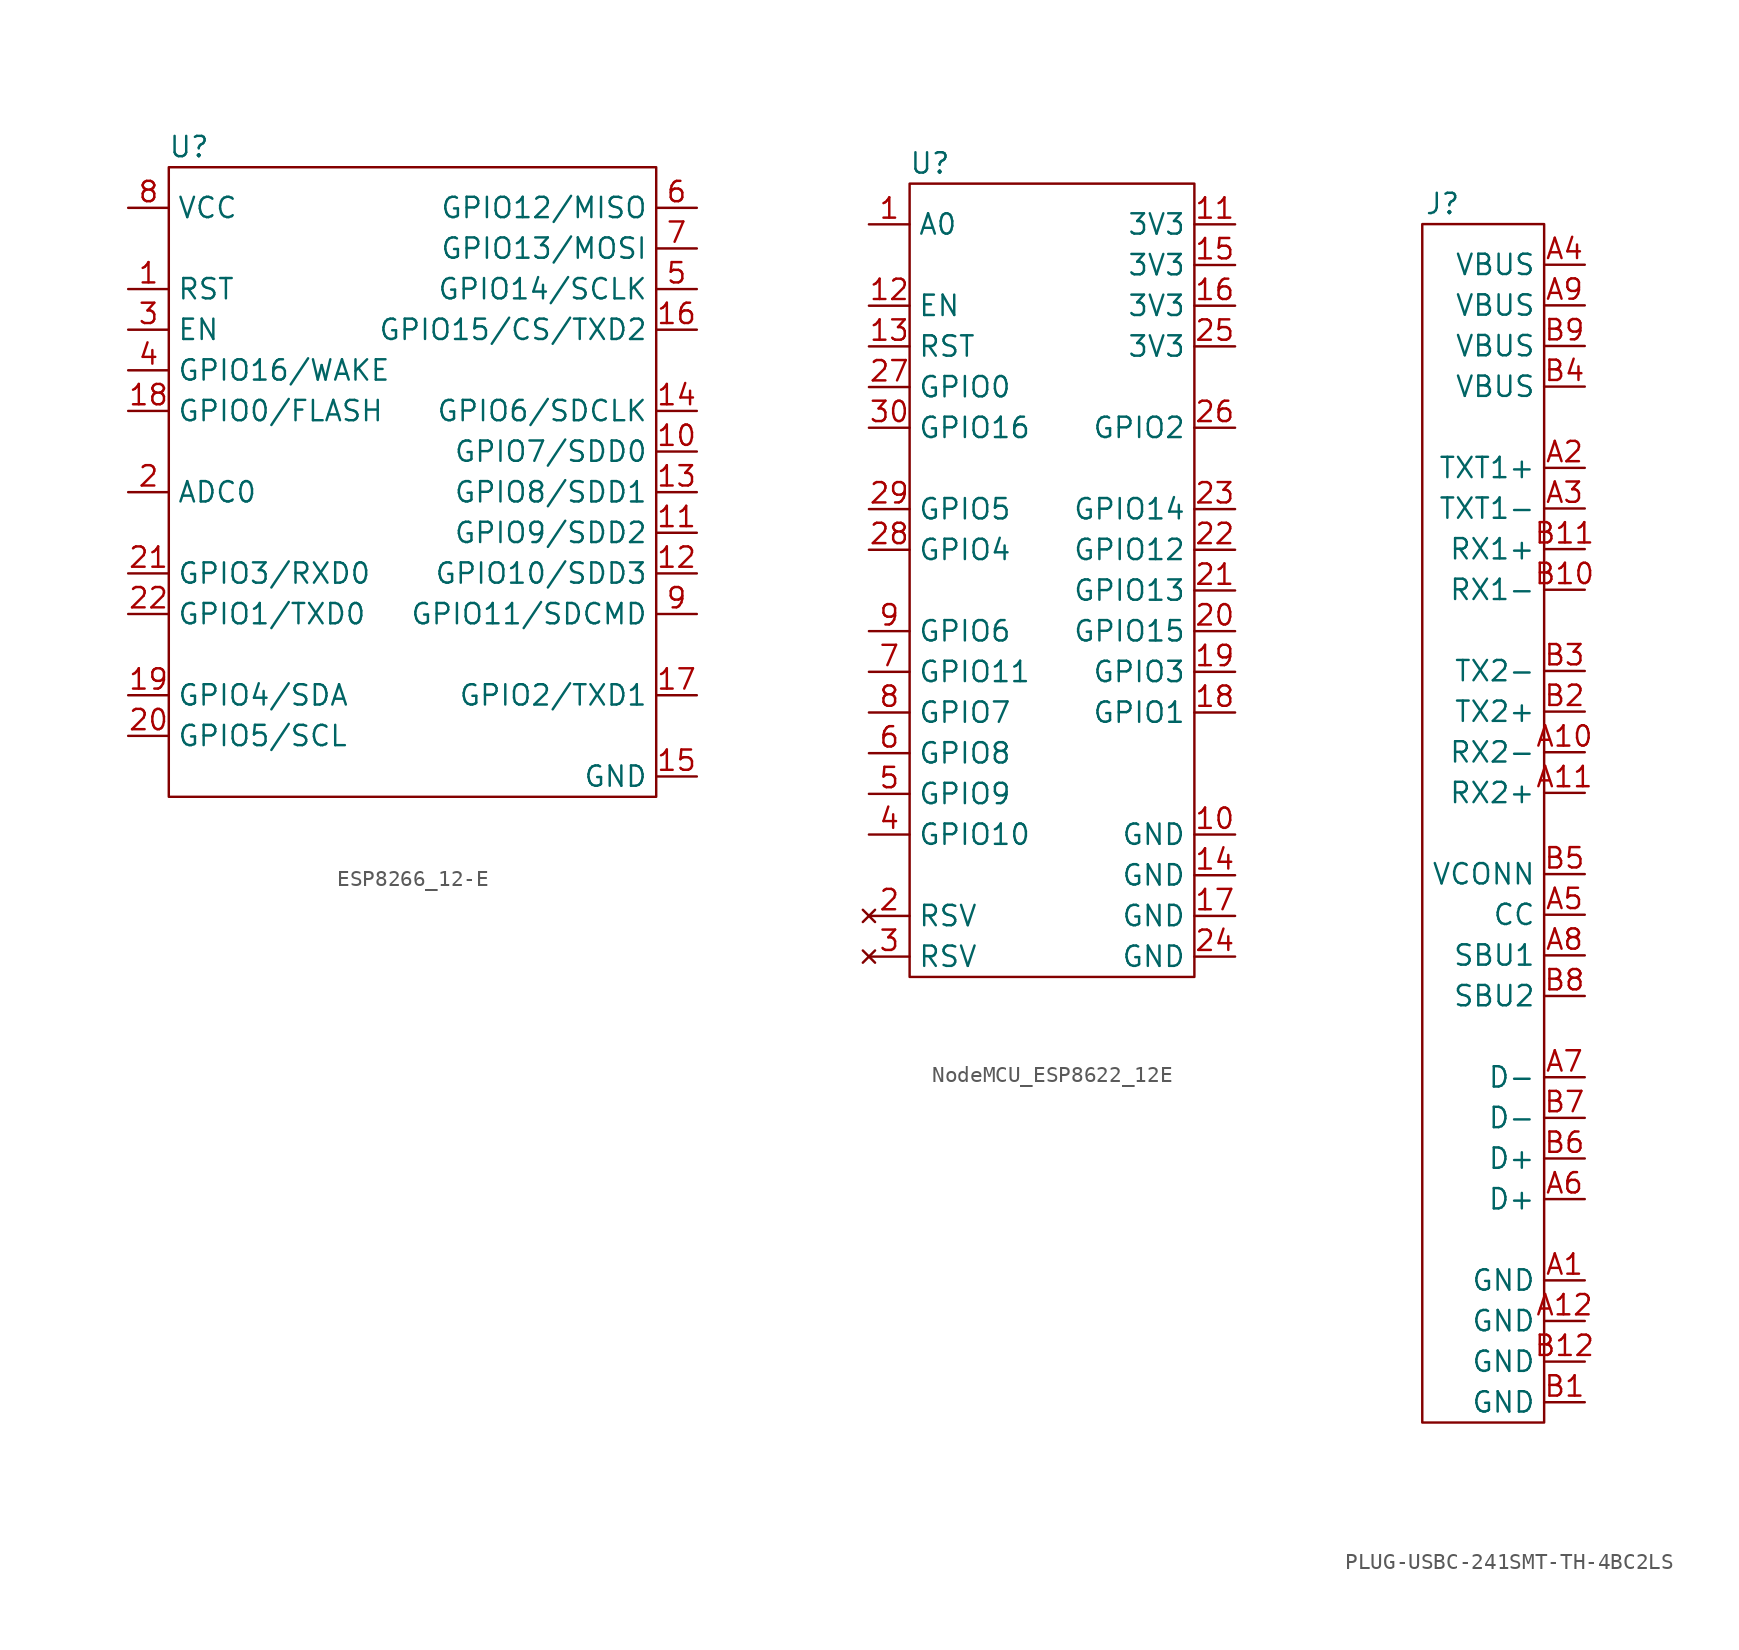
<source format=kicad_sym>
(kicad_symbol_lib
  (version 20220914)
  (generator kicad_symbol_editor)
  (symbol "ESP8266_12-E"
    (property "Reference" "U"
      (at -13.97 20.32 0)
      (effects (font (size 1.27 1.27))))
    (property "Value" ""
      (at -1.27 0 0)
      (effects (font (size 1.27 1.27))))
    (symbol "ESP8266_12-E_0_1"
      (rectangle (start -15.24 19.05) (end 15.24 -20.32) (stroke (width 0) (type default)) (fill (type none))))
    (symbol "ESP8266_12-E_1_1"
      (pin input line (at -17.78 11.43 0) (length 2.54) (name "RST" (effects (font (size 1.27 1.27)))) (number "1" (effects (font (size 1.27 1.27)))))
      (pin bidirectional line (at 17.78 1.27 180) (length 2.54) (name "GPIO7/SDD0" (effects (font (size 1.27 1.27)))) (number "10" (effects (font (size 1.27 1.27)))))
      (pin bidirectional line (at 17.78 -3.81 180) (length 2.54) (name "GPIO9/SDD2" (effects (font (size 1.27 1.27)))) (number "11" (effects (font (size 1.27 1.27)))))
      (pin bidirectional line (at 17.78 -6.35 180) (length 2.54) (name "GPIO10/SDD3" (effects (font (size 1.27 1.27)))) (number "12" (effects (font (size 1.27 1.27)))))
      (pin bidirectional line (at 17.78 -1.27 180) (length 2.54) (name "GPIO8/SDD1" (effects (font (size 1.27 1.27)))) (number "13" (effects (font (size 1.27 1.27)))))
      (pin bidirectional line (at 17.78 3.81 180) (length 2.54) (name "GPIO6/SDCLK" (effects (font (size 1.27 1.27)))) (number "14" (effects (font (size 1.27 1.27)))))
      (pin power_out line (at 17.78 -19.05 180) (length 2.54) (name "GND" (effects (font (size 1.27 1.27)))) (number "15" (effects (font (size 1.27 1.27)))))
      (pin bidirectional line (at 17.78 8.89 180) (length 2.54) (name "GPIO15/CS/TXD2" (effects (font (size 1.27 1.27)))) (number "16" (effects (font (size 1.27 1.27)))))
      (pin bidirectional line (at 17.78 -13.97 180) (length 2.54) (name "GPIO2/TXD1" (effects (font (size 1.27 1.27)))) (number "17" (effects (font (size 1.27 1.27)))))
      (pin bidirectional line (at -17.78 3.81 0) (length 2.54) (name "GPIO0/FLASH" (effects (font (size 1.27 1.27)))) (number "18" (effects (font (size 1.27 1.27)))))
      (pin bidirectional line (at -17.78 -13.97 0) (length 2.54) (name "GPIO4/SDA" (effects (font (size 1.27 1.27)))) (number "19" (effects (font (size 1.27 1.27)))))
      (pin input line (at -17.78 -1.27 0) (length 2.54) (name "ADC0" (effects (font (size 1.27 1.27)))) (number "2" (effects (font (size 1.27 1.27)))))
      (pin bidirectional line (at -17.78 -16.51 0) (length 2.54) (name "GPIO5/SCL" (effects (font (size 1.27 1.27)))) (number "20" (effects (font (size 1.27 1.27)))))
      (pin bidirectional line (at -17.78 -6.35 0) (length 2.54) (name "GPIO3/RXD0" (effects (font (size 1.27 1.27)))) (number "21" (effects (font (size 1.27 1.27)))))
      (pin bidirectional line (at -17.78 -8.89 0) (length 2.54) (name "GPIO1/TXD0" (effects (font (size 1.27 1.27)))) (number "22" (effects (font (size 1.27 1.27)))))
      (pin input line (at -17.78 8.89 0) (length 2.54) (name "EN" (effects (font (size 1.27 1.27)))) (number "3" (effects (font (size 1.27 1.27)))))
      (pin bidirectional line (at -17.78 6.35 0) (length 2.54) (name "GPIO16/WAKE" (effects (font (size 1.27 1.27)))) (number "4" (effects (font (size 1.27 1.27)))))
      (pin bidirectional line (at 17.78 11.43 180) (length 2.54) (name "GPIO14/SCLK" (effects (font (size 1.27 1.27)))) (number "5" (effects (font (size 1.27 1.27)))))
      (pin bidirectional line (at 17.78 16.51 180) (length 2.54) (name "GPIO12/MISO" (effects (font (size 1.27 1.27)))) (number "6" (effects (font (size 1.27 1.27)))))
      (pin bidirectional line (at 17.78 13.97 180) (length 2.54) (name "GPIO13/MOSI" (effects (font (size 1.27 1.27)))) (number "7" (effects (font (size 1.27 1.27)))))
      (pin power_in line (at -17.78 16.51 0) (length 2.54) (name "VCC" (effects (font (size 1.27 1.27)))) (number "8" (effects (font (size 1.27 1.27)))))
      (pin bidirectional line (at 17.78 -8.89 180) (length 2.54) (name "GPIO11/SDCMD" (effects (font (size 1.27 1.27)))) (number "9" (effects (font (size 1.27 1.27)))))))
  (symbol "NodeMCU_ESP8622_12E"
    (property "Reference" "U"
      (at -7.62 25.4 0)
      (effects (font (size 1.27 1.27))))
    (property "Value" ""
      (at -2.54 24.13 0)
      (effects (font (size 1.27 1.27))))
    (symbol "NodeMCU_ESP8622_12E_0_1"
      (rectangle (start -8.89 24.13) (end 8.89 -25.4) (stroke (width 0) (type default)) (fill (type none))))
    (symbol "NodeMCU_ESP8622_12E_1_1"
      (pin input line (at -11.43 21.59 0) (length 2.54) (name "A0" (effects (font (size 1.27 1.27)))) (number "1" (effects (font (size 1.27 1.27)))))
      (pin power_out line (at 11.43 -16.51 180) (length 2.54) (name "GND" (effects (font (size 1.27 1.27)))) (number "10" (effects (font (size 1.27 1.27)))))
      (pin power_out line (at 11.43 21.59 180) (length 2.54) (name "3V3" (effects (font (size 1.27 1.27)))) (number "11" (effects (font (size 1.27 1.27)))))
      (pin input line (at -11.43 16.51 0) (length 2.54) (name "EN" (effects (font (size 1.27 1.27)))) (number "12" (effects (font (size 1.27 1.27)))) (alternate "CH_PD" input line))
      (pin input line (at -11.43 13.97 0) (length 2.54) (name "RST" (effects (font (size 1.27 1.27)))) (number "13" (effects (font (size 1.27 1.27)))))
      (pin power_out line (at 11.43 -19.05 180) (length 2.54) (name "GND" (effects (font (size 1.27 1.27)))) (number "14" (effects (font (size 1.27 1.27)))))
      (pin power_out line (at 11.43 19.05 180) (length 2.54) (name "3V3" (effects (font (size 1.27 1.27)))) (number "15" (effects (font (size 1.27 1.27)))))
      (pin power_out line (at 11.43 16.51 180) (length 2.54) (name "3V3" (effects (font (size 1.27 1.27)))) (number "16" (effects (font (size 1.27 1.27)))))
      (pin power_out line (at 11.43 -21.59 180) (length 2.54) (name "GND" (effects (font (size 1.27 1.27)))) (number "17" (effects (font (size 1.27 1.27)))))
      (pin bidirectional line (at 11.43 -8.89 180) (length 2.54) (name "GPIO1" (effects (font (size 1.27 1.27)))) (number "18" (effects (font (size 1.27 1.27)))) (alternate "TXD0" output line))
      (pin bidirectional line (at 11.43 -6.35 180) (length 2.54) (name "GPIO3" (effects (font (size 1.27 1.27)))) (number "19" (effects (font (size 1.27 1.27)))) (alternate "RXD0" input line))
      (pin no_connect line (at -11.43 -21.59 0) (length 2.54) (name "RSV" (effects (font (size 1.27 1.27)))) (number "2" (effects (font (size 1.27 1.27)))))
      (pin bidirectional line (at 11.43 -3.81 180) (length 2.54) (name "GPIO15" (effects (font (size 1.27 1.27)))) (number "20" (effects (font (size 1.27 1.27)))) (alternate "HCS" output line) (alternate "RTS0" output line))
      (pin bidirectional line (at 11.43 -1.27 180) (length 2.54) (name "GPIO13" (effects (font (size 1.27 1.27)))) (number "21" (effects (font (size 1.27 1.27)))) (alternate "CTS0" input line) (alternate "HMOSI" output line))
      (pin bidirectional line (at 11.43 1.27 180) (length 2.54) (name "GPIO12" (effects (font (size 1.27 1.27)))) (number "22" (effects (font (size 1.27 1.27)))) (alternate "HMISO" input line))
      (pin bidirectional line (at 11.43 3.81 180) (length 2.54) (name "GPIO14" (effects (font (size 1.27 1.27)))) (number "23" (effects (font (size 1.27 1.27)))) (alternate "HSCLK" output line))
      (pin power_out line (at 11.43 -24.13 180) (length 2.54) (name "GND" (effects (font (size 1.27 1.27)))) (number "24" (effects (font (size 1.27 1.27)))))
      (pin power_out line (at 11.43 13.97 180) (length 2.54) (name "3V3" (effects (font (size 1.27 1.27)))) (number "25" (effects (font (size 1.27 1.27)))))
      (pin bidirectional line (at 11.43 8.89 180) (length 2.54) (name "GPIO2" (effects (font (size 1.27 1.27)))) (number "26" (effects (font (size 1.27 1.27)))) (alternate "TXD1" output line))
      (pin bidirectional line (at -11.43 11.43 0) (length 2.54) (name "GPIO0" (effects (font (size 1.27 1.27)))) (number "27" (effects (font (size 1.27 1.27)))) (alternate "FLASH" input line))
      (pin bidirectional line (at -11.43 1.27 0) (length 2.54) (name "GPIO4" (effects (font (size 1.27 1.27)))) (number "28" (effects (font (size 1.27 1.27)))) (alternate "SDA" bidirectional line))
      (pin bidirectional line (at -11.43 3.81 0) (length 2.54) (name "GPIO5" (effects (font (size 1.27 1.27)))) (number "29" (effects (font (size 1.27 1.27)))) (alternate "SCL" output line))
      (pin no_connect line (at -11.43 -24.13 0) (length 2.54) (name "RSV" (effects (font (size 1.27 1.27)))) (number "3" (effects (font (size 1.27 1.27)))))
      (pin bidirectional line (at -11.43 8.89 0) (length 2.54) (name "GPIO16" (effects (font (size 1.27 1.27)))) (number "30" (effects (font (size 1.27 1.27)))) (alternate "WAKE" input line))
      (pin bidirectional line (at -11.43 -16.51 0) (length 2.54) (name "GPIO10" (effects (font (size 1.27 1.27)))) (number "4" (effects (font (size 1.27 1.27)))) (alternate "SDD3" bidirectional line))
      (pin bidirectional line (at -11.43 -13.97 0) (length 2.54) (name "GPIO9" (effects (font (size 1.27 1.27)))) (number "5" (effects (font (size 1.27 1.27)))) (alternate "SDD2" bidirectional line))
      (pin bidirectional line (at -11.43 -11.43 0) (length 2.54) (name "GPIO8" (effects (font (size 1.27 1.27)))) (number "6" (effects (font (size 1.27 1.27)))) (alternate "MOSI" output line) (alternate "SDD1" bidirectional line))
      (pin bidirectional line (at -11.43 -6.35 0) (length 2.54) (name "GPIO11" (effects (font (size 1.27 1.27)))) (number "7" (effects (font (size 1.27 1.27)))) (alternate "CS" output line) (alternate "SDCMD" output line))
      (pin bidirectional line (at -11.43 -8.89 0) (length 2.54) (name "GPIO7" (effects (font (size 1.27 1.27)))) (number "8" (effects (font (size 1.27 1.27)))) (alternate "MISO" input line) (alternate "SDD0" bidirectional line))
      (pin bidirectional line (at -11.43 -3.81 0) (length 2.54) (name "GPIO6" (effects (font (size 1.27 1.27)))) (number "9" (effects (font (size 1.27 1.27)))) (alternate "SCLK" output line) (alternate "SDCLK" output line))))
  (symbol "PLUG-USBC-241SMT-TH-4BC2LS"
    (property "Reference" "J"
      (at -2.54 38.1 0)
      (effects (font (size 1.27 1.27))))
    (property "Value" ""
      (at -2.54 38.1 0)
      (effects (font (size 1.27 1.27))))
    (symbol "PLUG-USBC-241SMT-TH-4BC2LS_0_1"
      (rectangle (start -3.81 36.83) (end 3.81 -38.1) (stroke (width 0) (type default)) (fill (type none))))
    (symbol "PLUG-USBC-241SMT-TH-4BC2LS_1_1"
      (pin power_in line (at 6.35 -29.21 180) (length 2.54) (name "GND" (effects (font (size 1.27 1.27)))) (number "A1" (effects (font (size 1.27 1.27)))))
      (pin bidirectional line (at 6.35 3.81 180) (length 2.54) (name "RX2-" (effects (font (size 1.27 1.27)))) (number "A10" (effects (font (size 1.27 1.27)))))
      (pin bidirectional line (at 6.35 1.27 180) (length 2.54) (name "RX2+" (effects (font (size 1.27 1.27)))) (number "A11" (effects (font (size 1.27 1.27)))))
      (pin power_in line (at 6.35 -31.75 180) (length 2.54) (name "GND" (effects (font (size 1.27 1.27)))) (number "A12" (effects (font (size 1.27 1.27)))))
      (pin bidirectional line (at 6.35 21.59 180) (length 2.54) (name "TXT1+" (effects (font (size 1.27 1.27)))) (number "A2" (effects (font (size 1.27 1.27)))))
      (pin bidirectional line (at 6.35 19.05 180) (length 2.54) (name "TXT1-" (effects (font (size 1.27 1.27)))) (number "A3" (effects (font (size 1.27 1.27)))))
      (pin power_out line (at 6.35 34.29 180) (length 2.54) (name "VBUS" (effects (font (size 1.27 1.27)))) (number "A4" (effects (font (size 1.27 1.27)))))
      (pin bidirectional line (at 6.35 -6.35 180) (length 2.54) (name "CC" (effects (font (size 1.27 1.27)))) (number "A5" (effects (font (size 1.27 1.27)))))
      (pin bidirectional line (at 6.35 -24.13 180) (length 2.54) (name "D+" (effects (font (size 1.27 1.27)))) (number "A6" (effects (font (size 1.27 1.27)))))
      (pin bidirectional line (at 6.35 -16.51 180) (length 2.54) (name "D-" (effects (font (size 1.27 1.27)))) (number "A7" (effects (font (size 1.27 1.27)))))
      (pin bidirectional line (at 6.35 -8.89 180) (length 2.54) (name "SBU1" (effects (font (size 1.27 1.27)))) (number "A8" (effects (font (size 1.27 1.27)))))
      (pin power_out line (at 6.35 31.75 180) (length 2.54) (name "VBUS" (effects (font (size 1.27 1.27)))) (number "A9" (effects (font (size 1.27 1.27)))))
      (pin power_in line (at 6.35 -36.83 180) (length 2.54) (name "GND" (effects (font (size 1.27 1.27)))) (number "B1" (effects (font (size 1.27 1.27)))))
      (pin bidirectional line (at 6.35 13.97 180) (length 2.54) (name "RX1-" (effects (font (size 1.27 1.27)))) (number "B10" (effects (font (size 1.27 1.27)))))
      (pin bidirectional line (at 6.35 16.51 180) (length 2.54) (name "RX1+" (effects (font (size 1.27 1.27)))) (number "B11" (effects (font (size 1.27 1.27)))))
      (pin power_in line (at 6.35 -34.29 180) (length 2.54) (name "GND" (effects (font (size 1.27 1.27)))) (number "B12" (effects (font (size 1.27 1.27)))))
      (pin bidirectional line (at 6.35 6.35 180) (length 2.54) (name "TX2+" (effects (font (size 1.27 1.27)))) (number "B2" (effects (font (size 1.27 1.27)))))
      (pin bidirectional line (at 6.35 8.89 180) (length 2.54) (name "TX2-" (effects (font (size 1.27 1.27)))) (number "B3" (effects (font (size 1.27 1.27)))))
      (pin power_out line (at 6.35 26.67 180) (length 2.54) (name "VBUS" (effects (font (size 1.27 1.27)))) (number "B4" (effects (font (size 1.27 1.27)))))
      (pin bidirectional line (at 6.35 -3.81 180) (length 2.54) (name "VCONN" (effects (font (size 1.27 1.27)))) (number "B5" (effects (font (size 1.27 1.27)))))
      (pin bidirectional line (at 6.35 -21.59 180) (length 2.54) (name "D+" (effects (font (size 1.27 1.27)))) (number "B6" (effects (font (size 1.27 1.27)))))
      (pin bidirectional line (at 6.35 -19.05 180) (length 2.54) (name "D-" (effects (font (size 1.27 1.27)))) (number "B7" (effects (font (size 1.27 1.27)))))
      (pin bidirectional line (at 6.35 -11.43 180) (length 2.54) (name "SBU2" (effects (font (size 1.27 1.27)))) (number "B8" (effects (font (size 1.27 1.27)))))
      (pin power_out line (at 6.35 29.21 180) (length 2.54) (name "VBUS" (effects (font (size 1.27 1.27)))) (number "B9" (effects (font (size 1.27 1.27))))))))
</source>
